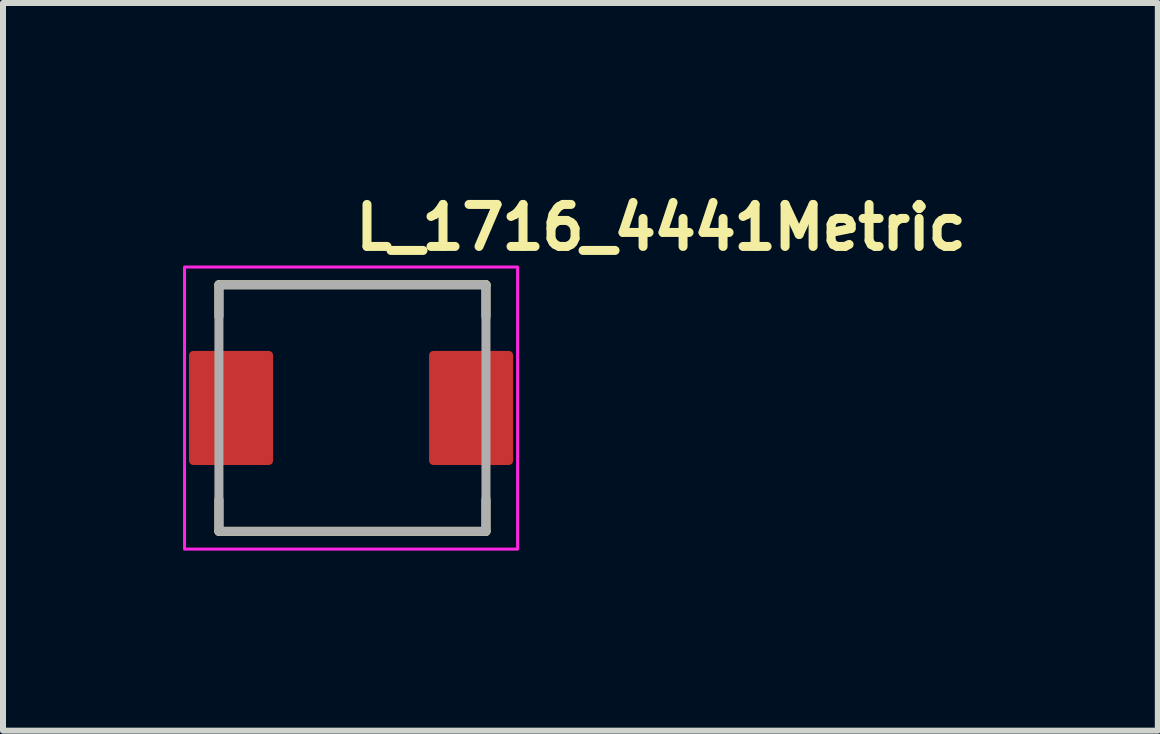
<source format=kicad_pcb>
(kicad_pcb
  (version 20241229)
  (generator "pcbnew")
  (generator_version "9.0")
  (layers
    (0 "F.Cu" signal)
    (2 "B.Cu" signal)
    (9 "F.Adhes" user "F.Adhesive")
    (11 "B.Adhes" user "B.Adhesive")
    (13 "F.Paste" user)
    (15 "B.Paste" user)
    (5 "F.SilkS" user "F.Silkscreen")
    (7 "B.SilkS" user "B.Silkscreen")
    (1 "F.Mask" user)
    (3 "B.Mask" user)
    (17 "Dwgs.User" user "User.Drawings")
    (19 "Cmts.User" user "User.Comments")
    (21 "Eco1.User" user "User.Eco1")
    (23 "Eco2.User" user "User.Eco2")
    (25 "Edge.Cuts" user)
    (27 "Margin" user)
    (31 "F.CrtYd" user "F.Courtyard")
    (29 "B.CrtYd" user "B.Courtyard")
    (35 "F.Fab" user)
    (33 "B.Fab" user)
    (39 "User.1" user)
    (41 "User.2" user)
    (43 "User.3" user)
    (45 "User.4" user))
  (footprint "L_1716_4441Metric"
    (layer "F.Cu")
    (at 2.8 3.75)
    (property "Reference" "L_1716_4441Metric" (at 0 -2.6 0) (layer "F.SilkS") (effects (font (size 0.7 0.7) (thickness 0.15)) (justify left bottom)))
    (attr smd)
    (fp_line (start -2.202 -2.055) (end 2.248 -2.055) (stroke (width 0.15) (type solid)) (layer "F.SilkS"))
    (fp_line (start -2.202 -1.526) (end -2.202 -2.055) (stroke (width 0.15) (type solid)) (layer "F.SilkS"))
    (fp_line (start -2.202 2.054) (end -2.202 1.524) (stroke (width 0.15) (type solid)) (layer "F.SilkS"))
    (fp_line (start -2.202 2.054) (end 2.248 2.054) (stroke (width 0.15) (type solid)) (layer "F.SilkS"))
    (fp_line (start 2.248 -2.055) (end 2.248 -1.526) (stroke (width 0.15) (type solid)) (layer "F.SilkS"))
    (fp_line (start 2.248 2.054) (end 2.248 1.524) (stroke (width 0.15) (type solid)) (layer "F.SilkS"))
    (fp_rect (start -2.775 -2.35) (end 2.775 2.35) (stroke (width 0.05) (type solid)) (fill no) (layer "F.CrtYd"))
    (fp_line (start -2.202 -2.055) (end 2.248 -2.055) (stroke (width 0.15) (type solid)) (layer "F.Fab"))
    (fp_line (start -2.202 2.03) (end -2.202 -2.03) (stroke (width 0.15) (type solid)) (layer "F.Fab"))
    (fp_line (start 2.248 -2.03) (end 2.248 2.03) (stroke (width 0.15) (type solid)) (layer "F.Fab"))
    (fp_line (start 2.248 2.054) (end -2.202 2.054) (stroke (width 0.15) (type solid)) (layer "F.Fab"))
    (fp_rect (start -2.202 -2.101) (end 2.2 2.1) (stroke (width 0.1) (type solid)) (fill no) (layer "User.5"))
    (fp_line (start -2.202 -1.002) (end -2.202 -0.33) (stroke (width 0.02) (type solid)) (layer "User.9"))
    (fp_line (start -2.202 -0.33) (end -2.202 0.058) (stroke (width 0.02) (type solid)) (layer "User.9"))
    (fp_line (start -2.202 -0.33) (end -2.101 -0.33) (stroke (width 0.02) (type solid)) (layer "User.9"))
    (fp_line (start -2.202 0.058) (end -2.202 0.998) (stroke (width 0.02) (type solid)) (layer "User.9"))
    (fp_line (start -2.202 0.998) (end -2.202 0.058) (stroke (width 0.02) (type solid)) (layer "User.9"))
    (fp_line (start -2.202 0.998) (end -2.101 0.998) (stroke (width 0.02) (type solid)) (layer "User.9"))
    (fp_line (start -2.101 -1.815) (end -2.101 -1.801) (stroke (width 0.02) (type solid)) (layer "User.9"))
    (fp_line (start -2.101 -1.002) (end -2.202 -1.002) (stroke (width 0.02) (type solid)) (layer "User.9"))
    (fp_line (start -2.101 0.058) (end -2.202 0.058) (stroke (width 0.02) (type solid)) (layer "User.9"))
    (fp_line (start -2.101 1.8) (end -2.101 -1.801) (stroke (width 0.02) (type solid)) (layer "User.9"))
    (fp_line (start -2.101 1.8) (end -2.101 1.814) (stroke (width 0.02) (type solid)) (layer "User.9"))
    (fp_line (start -2.101 1.814) (end -2.1 1.828) (stroke (width 0.02) (type solid)) (layer "User.9"))
    (fp_line (start -2.1 -1.831) (end -2.101 -1.815) (stroke (width 0.02) (type solid)) (layer "User.9"))
    (fp_line (start -2.1 1.828) (end -2.097 1.844) (stroke (width 0.02) (type solid)) (layer "User.9"))
    (fp_line (start -2.097 -1.845) (end -2.1 -1.831) (stroke (width 0.02) (type solid)) (layer "User.9"))
    (fp_line (start -2.097 1.844) (end -2.096 1.858) (stroke (width 0.02) (type solid)) (layer "User.9"))
    (fp_line (start -2.096 -1.859) (end -2.097 -1.845) (stroke (width 0.02) (type solid)) (layer "User.9"))
    (fp_line (start -2.096 1.858) (end -2.092 1.872) (stroke (width 0.02) (type solid)) (layer "User.9"))
    (fp_line (start -2.092 -1.875) (end -2.096 -1.859) (stroke (width 0.02) (type solid)) (layer "User.9"))
    (fp_line (start -2.092 1.872) (end -2.089 1.886) (stroke (width 0.02) (type solid)) (layer "User.9"))
    (fp_line (start -2.089 -1.889) (end -2.092 -1.875) (stroke (width 0.02) (type solid)) (layer "User.9"))
    (fp_line (start -2.089 1.886) (end -2.084 1.9) (stroke (width 0.02) (type solid)) (layer "User.9"))
    (fp_line (start -2.084 -1.903) (end -2.089 -1.889) (stroke (width 0.02) (type solid)) (layer "User.9"))
    (fp_line (start -2.084 1.9) (end -2.078 1.914) (stroke (width 0.02) (type solid)) (layer "User.9"))
    (fp_line (start -2.078 -1.915) (end -2.084 -1.903) (stroke (width 0.02) (type solid)) (layer "User.9"))
    (fp_line (start -2.078 1.914) (end -2.073 1.927) (stroke (width 0.02) (type solid)) (layer "User.9"))
    (fp_line (start -2.073 -1.93) (end -2.078 -1.915) (stroke (width 0.02) (type solid)) (layer "User.9"))
    (fp_line (start -2.073 1.927) (end -2.065 1.941) (stroke (width 0.02) (type solid)) (layer "User.9"))
    (fp_line (start -2.065 -1.942) (end -2.073 -1.93) (stroke (width 0.02) (type solid)) (layer "User.9"))
    (fp_line (start -2.065 1.941) (end -2.058 1.953) (stroke (width 0.02) (type solid)) (layer "User.9"))
    (fp_line (start -2.058 -1.956) (end -2.065 -1.942) (stroke (width 0.02) (type solid)) (layer "User.9"))
    (fp_line (start -2.058 1.953) (end -2.05 1.965) (stroke (width 0.02) (type solid)) (layer "User.9"))
    (fp_line (start -2.05 -1.968) (end -2.058 -1.956) (stroke (width 0.02) (type solid)) (layer "User.9"))
    (fp_line (start -2.05 1.965) (end -2.043 1.977) (stroke (width 0.02) (type solid)) (layer "User.9"))
    (fp_line (start -2.043 -1.98) (end -2.05 -1.968) (stroke (width 0.02) (type solid)) (layer "User.9"))
    (fp_line (start -2.043 1.977) (end -2.033 1.989) (stroke (width 0.02) (type solid)) (layer "User.9"))
    (fp_line (start -2.033 -1.992) (end -2.043 -1.98) (stroke (width 0.02) (type solid)) (layer "User.9"))
    (fp_line (start -2.033 1.989) (end -2.024 2) (stroke (width 0.02) (type solid)) (layer "User.9"))
    (fp_line (start -2.024 -2.003) (end -2.033 -1.992) (stroke (width 0.02) (type solid)) (layer "User.9"))
    (fp_line (start -2.024 2) (end -2.013 2.011) (stroke (width 0.02) (type solid)) (layer "User.9"))
    (fp_line (start -2.013 -2.013) (end -2.024 -2.003) (stroke (width 0.02) (type solid)) (layer "User.9"))
    (fp_line (start -2.013 -2.013) (end -2.013 -2.013) (stroke (width 0.02) (type solid)) (layer "User.9"))
    (fp_line (start -2.013 2.011) (end -2.013 2.011) (stroke (width 0.02) (type solid)) (layer "User.9"))
    (fp_line (start -2.013 2.011) (end -2.003 2.022) (stroke (width 0.02) (type solid)) (layer "User.9"))
    (fp_line (start -2.003 -2.024) (end -2.013 -2.013) (stroke (width 0.02) (type solid)) (layer "User.9"))
    (fp_line (start -2.003 2.022) (end -1.992 2.031) (stroke (width 0.02) (type solid)) (layer "User.9"))
    (fp_line (start -1.992 -2.033) (end -2.003 -2.024) (stroke (width 0.02) (type solid)) (layer "User.9"))
    (fp_line (start -1.992 2.031) (end -1.98 2.04) (stroke (width 0.02) (type solid)) (layer "User.9"))
    (fp_line (start -1.98 -2.043) (end -1.992 -2.033) (stroke (width 0.02) (type solid)) (layer "User.9"))
    (fp_line (start -1.98 2.04) (end -1.968 2.048) (stroke (width 0.02) (type solid)) (layer "User.9"))
    (fp_line (start -1.968 -2.05) (end -1.98 -2.043) (stroke (width 0.02) (type solid)) (layer "User.9"))
    (fp_line (start -1.968 2.048) (end -1.956 2.056) (stroke (width 0.02) (type solid)) (layer "User.9"))
    (fp_line (start -1.956 -2.058) (end -1.968 -2.05) (stroke (width 0.02) (type solid)) (layer "User.9"))
    (fp_line (start -1.956 2.056) (end -1.942 2.064) (stroke (width 0.02) (type solid)) (layer "User.9"))
    (fp_line (start -1.942 -2.065) (end -1.956 -2.058) (stroke (width 0.02) (type solid)) (layer "User.9"))
    (fp_line (start -1.942 2.064) (end -1.93 2.071) (stroke (width 0.02) (type solid)) (layer "User.9"))
    (fp_line (start -1.93 -2.073) (end -1.942 -2.065) (stroke (width 0.02) (type solid)) (layer "User.9"))
    (fp_line (start -1.93 2.071) (end -1.915 2.076) (stroke (width 0.02) (type solid)) (layer "User.9"))
    (fp_line (start -1.915 -2.078) (end -1.93 -2.073) (stroke (width 0.02) (type solid)) (layer "User.9"))
    (fp_line (start -1.915 2.076) (end -1.903 2.081) (stroke (width 0.02) (type solid)) (layer "User.9"))
    (fp_line (start -1.903 -2.084) (end -1.915 -2.078) (stroke (width 0.02) (type solid)) (layer "User.9"))
    (fp_line (start -1.903 2.081) (end -1.889 2.087) (stroke (width 0.02) (type solid)) (layer "User.9"))
    (fp_line (start -1.889 -2.089) (end -1.903 -2.084) (stroke (width 0.02) (type solid)) (layer "User.9"))
    (fp_line (start -1.889 2.087) (end -1.875 2.089) (stroke (width 0.02) (type solid)) (layer "User.9"))
    (fp_line (start -1.875 -2.092) (end -1.889 -2.089) (stroke (width 0.02) (type solid)) (layer "User.9"))
    (fp_line (start -1.875 2.089) (end -1.859 2.093) (stroke (width 0.02) (type solid)) (layer "User.9"))
    (fp_line (start -1.859 -2.096) (end -1.875 -2.092) (stroke (width 0.02) (type solid)) (layer "User.9"))
    (fp_line (start -1.859 2.093) (end -1.845 2.096) (stroke (width 0.02) (type solid)) (layer "User.9"))
    (fp_line (start -1.845 -2.097) (end -1.859 -2.096) (stroke (width 0.02) (type solid)) (layer "User.9"))
    (fp_line (start -1.845 2.096) (end -1.831 2.097) (stroke (width 0.02) (type solid)) (layer "User.9"))
    (fp_line (start -1.831 -2.1) (end -1.845 -2.097) (stroke (width 0.02) (type solid)) (layer "User.9"))
    (fp_line (start -1.831 2.097) (end -1.815 2.099) (stroke (width 0.02) (type solid)) (layer "User.9"))
    (fp_line (start -1.815 -2.101) (end -1.831 -2.1) (stroke (width 0.02) (type solid)) (layer "User.9"))
    (fp_line (start -1.815 2.099) (end -1.801 2.1) (stroke (width 0.02) (type solid)) (layer "User.9"))
    (fp_line (start -1.801 -2.101) (end -1.815 -2.101) (stroke (width 0.02) (type solid)) (layer "User.9"))
    (fp_line (start -1.801 -2.101) (end 1.798 -2.101) (stroke (width 0.02) (type solid)) (layer "User.9"))
    (fp_line (start 1.798 2.1) (end -1.801 2.1) (stroke (width 0.02) (type solid)) (layer "User.9"))
    (fp_line (start 1.798 2.1) (end 1.814 2.099) (stroke (width 0.02) (type solid)) (layer "User.9"))
    (fp_line (start 1.814 -2.101) (end 1.798 -2.101) (stroke (width 0.02) (type solid)) (layer "User.9"))
    (fp_line (start 1.814 2.099) (end 1.828 2.097) (stroke (width 0.02) (type solid)) (layer "User.9"))
    (fp_line (start 1.828 -2.1) (end 1.814 -2.101) (stroke (width 0.02) (type solid)) (layer "User.9"))
    (fp_line (start 1.828 2.097) (end 1.844 2.096) (stroke (width 0.02) (type solid)) (layer "User.9"))
    (fp_line (start 1.844 -2.097) (end 1.828 -2.1) (stroke (width 0.02) (type solid)) (layer "User.9"))
    (fp_line (start 1.844 2.096) (end 1.858 2.093) (stroke (width 0.02) (type solid)) (layer "User.9"))
    (fp_line (start 1.858 -2.096) (end 1.844 -2.097) (stroke (width 0.02) (type solid)) (layer "User.9"))
    (fp_line (start 1.858 2.093) (end 1.872 2.089) (stroke (width 0.02) (type solid)) (layer "User.9"))
    (fp_line (start 1.872 -2.092) (end 1.858 -2.096) (stroke (width 0.02) (type solid)) (layer "User.9"))
    (fp_line (start 1.872 2.089) (end 1.886 2.087) (stroke (width 0.02) (type solid)) (layer "User.9"))
    (fp_line (start 1.886 -2.089) (end 1.872 -2.092) (stroke (width 0.02) (type solid)) (layer "User.9"))
    (fp_line (start 1.886 2.087) (end 1.9 2.081) (stroke (width 0.02) (type solid)) (layer "User.9"))
    (fp_line (start 1.9 -2.084) (end 1.886 -2.089) (stroke (width 0.02) (type solid)) (layer "User.9"))
    (fp_line (start 1.9 2.081) (end 1.914 2.076) (stroke (width 0.02) (type solid)) (layer "User.9"))
    (fp_line (start 1.914 -2.078) (end 1.9 -2.084) (stroke (width 0.02) (type solid)) (layer "User.9"))
    (fp_line (start 1.914 2.076) (end 1.927 2.071) (stroke (width 0.02) (type solid)) (layer "User.9"))
    (fp_line (start 1.927 -2.073) (end 1.914 -2.078) (stroke (width 0.02) (type solid)) (layer "User.9"))
    (fp_line (start 1.927 2.071) (end 1.941 2.064) (stroke (width 0.02) (type solid)) (layer "User.9"))
    (fp_line (start 1.941 -2.065) (end 1.927 -2.073) (stroke (width 0.02) (type solid)) (layer "User.9"))
    (fp_line (start 1.941 2.064) (end 1.953 2.056) (stroke (width 0.02) (type solid)) (layer "User.9"))
    (fp_line (start 1.953 -2.058) (end 1.941 -2.065) (stroke (width 0.02) (type solid)) (layer "User.9"))
    (fp_line (start 1.953 2.056) (end 1.965 2.048) (stroke (width 0.02) (type solid)) (layer "User.9"))
    (fp_line (start 1.965 -2.05) (end 1.953 -2.058) (stroke (width 0.02) (type solid)) (layer "User.9"))
    (fp_line (start 1.965 2.048) (end 1.977 2.04) (stroke (width 0.02) (type solid)) (layer "User.9"))
    (fp_line (start 1.977 -2.043) (end 1.965 -2.05) (stroke (width 0.02) (type solid)) (layer "User.9"))
    (fp_line (start 1.977 2.04) (end 1.989 2.031) (stroke (width 0.02) (type solid)) (layer "User.9"))
    (fp_line (start 1.989 -2.033) (end 1.977 -2.043) (stroke (width 0.02) (type solid)) (layer "User.9"))
    (fp_line (start 1.989 2.031) (end 2 2.022) (stroke (width 0.02) (type solid)) (layer "User.9"))
    (fp_line (start 2 -2.024) (end 1.989 -2.033) (stroke (width 0.02) (type solid)) (layer "User.9"))
    (fp_line (start 2 2.022) (end 2.011 2.011) (stroke (width 0.02) (type solid)) (layer "User.9"))
    (fp_line (start 2.011 -2.013) (end 2 -2.024) (stroke (width 0.02) (type solid)) (layer "User.9"))
    (fp_line (start 2.011 -2.013) (end 2.011 -2.013) (stroke (width 0.02) (type solid)) (layer "User.9"))
    (fp_line (start 2.011 2.011) (end 2.011 2.011) (stroke (width 0.02) (type solid)) (layer "User.9"))
    (fp_line (start 2.011 2.011) (end 2.022 2) (stroke (width 0.02) (type solid)) (layer "User.9"))
    (fp_line (start 2.022 -2.003) (end 2.011 -2.013) (stroke (width 0.02) (type solid)) (layer "User.9"))
    (fp_line (start 2.022 2) (end 2.031 1.989) (stroke (width 0.02) (type solid)) (layer "User.9"))
    (fp_line (start 2.031 -1.992) (end 2.022 -2.003) (stroke (width 0.02) (type solid)) (layer "User.9"))
    (fp_line (start 2.031 1.989) (end 2.04 1.977) (stroke (width 0.02) (type solid)) (layer "User.9"))
    (fp_line (start 2.04 -1.98) (end 2.031 -1.992) (stroke (width 0.02) (type solid)) (layer "User.9"))
    (fp_line (start 2.04 1.977) (end 2.048 1.965) (stroke (width 0.02) (type solid)) (layer "User.9"))
    (fp_line (start 2.048 -1.968) (end 2.04 -1.98) (stroke (width 0.02) (type solid)) (layer "User.9"))
    (fp_line (start 2.048 1.965) (end 2.056 1.953) (stroke (width 0.02) (type solid)) (layer "User.9"))
    (fp_line (start 2.056 -1.956) (end 2.048 -1.968) (stroke (width 0.02) (type solid)) (layer "User.9"))
    (fp_line (start 2.056 1.953) (end 2.064 1.941) (stroke (width 0.02) (type solid)) (layer "User.9"))
    (fp_line (start 2.064 -1.942) (end 2.056 -1.956) (stroke (width 0.02) (type solid)) (layer "User.9"))
    (fp_line (start 2.064 1.941) (end 2.071 1.927) (stroke (width 0.02) (type solid)) (layer "User.9"))
    (fp_line (start 2.071 -1.93) (end 2.064 -1.942) (stroke (width 0.02) (type solid)) (layer "User.9"))
    (fp_line (start 2.071 1.927) (end 2.076 1.914) (stroke (width 0.02) (type solid)) (layer "User.9"))
    (fp_line (start 2.076 -1.915) (end 2.071 -1.93) (stroke (width 0.02) (type solid)) (layer "User.9"))
    (fp_line (start 2.076 1.914) (end 2.081 1.9) (stroke (width 0.02) (type solid)) (layer "User.9"))
    (fp_line (start 2.081 -1.903) (end 2.076 -1.915) (stroke (width 0.02) (type solid)) (layer "User.9"))
    (fp_line (start 2.081 1.9) (end 2.087 1.886) (stroke (width 0.02) (type solid)) (layer "User.9"))
    (fp_line (start 2.087 -1.889) (end 2.081 -1.903) (stroke (width 0.02) (type solid)) (layer "User.9"))
    (fp_line (start 2.087 1.886) (end 2.089 1.872) (stroke (width 0.02) (type solid)) (layer "User.9"))
    (fp_line (start 2.089 -1.875) (end 2.087 -1.889) (stroke (width 0.02) (type solid)) (layer "User.9"))
    (fp_line (start 2.089 1.872) (end 2.093 1.858) (stroke (width 0.02) (type solid)) (layer "User.9"))
    (fp_line (start 2.093 -1.859) (end 2.089 -1.875) (stroke (width 0.02) (type solid)) (layer "User.9"))
    (fp_line (start 2.093 1.858) (end 2.096 1.844) (stroke (width 0.02) (type solid)) (layer "User.9"))
    (fp_line (start 2.096 -1.845) (end 2.093 -1.859) (stroke (width 0.02) (type solid)) (layer "User.9"))
    (fp_line (start 2.096 1.844) (end 2.097 1.828) (stroke (width 0.02) (type solid)) (layer "User.9"))
    (fp_line (start 2.097 -1.831) (end 2.096 -1.845) (stroke (width 0.02) (type solid)) (layer "User.9"))
    (fp_line (start 2.097 1.828) (end 2.099 1.814) (stroke (width 0.02) (type solid)) (layer "User.9"))
    (fp_line (start 2.099 -1.815) (end 2.097 -1.831) (stroke (width 0.02) (type solid)) (layer "User.9"))
    (fp_line (start 2.099 -1.801) (end 2.099 -1.815) (stroke (width 0.02) (type solid)) (layer "User.9"))
    (fp_line (start 2.099 -1.801) (end 2.099 1.8) (stroke (width 0.02) (type solid)) (layer "User.9"))
    (fp_line (start 2.099 -1.002) (end 2.2 -1.002) (stroke (width 0.02) (type solid)) (layer "User.9"))
    (fp_line (start 2.099 0.058) (end 2.2 0.058) (stroke (width 0.02) (type solid)) (layer "User.9"))
    (fp_line (start 2.099 1.814) (end 2.099 1.8) (stroke (width 0.02) (type solid)) (layer "User.9"))
    (fp_line (start 2.2 -1.002) (end 2.2 -0.33) (stroke (width 0.02) (type solid)) (layer "User.9"))
    (fp_line (start 2.2 -0.33) (end 2.099 -0.33) (stroke (width 0.02) (type solid)) (layer "User.9"))
    (fp_line (start 2.2 -0.33) (end 2.2 0.058) (stroke (width 0.02) (type solid)) (layer "User.9"))
    (fp_line (start 2.2 0.058) (end 2.2 0.998) (stroke (width 0.02) (type solid)) (layer "User.9"))
    (fp_line (start 2.2 0.998) (end 2.099 0.998) (stroke (width 0.02) (type solid)) (layer "User.9"))
    (pad "1" smd roundrect (at -2 -0.002) (size 1.4 1.9) (layers "F.Cu" "F.Mask" "F.Paste") (roundrect_rratio 0.05))
    (pad "2" smd roundrect (at 2 -0.002) (size 1.4 1.9) (layers "F.Cu" "F.Mask" "F.Paste") (roundrect_rratio 0.05)))
  (gr_rect
    (start -3 -3)
    (end 16.243 9.125)
    (stroke (width 0.1) (type default))
    (fill no)
    (layer "Edge.Cuts")))
</source>
